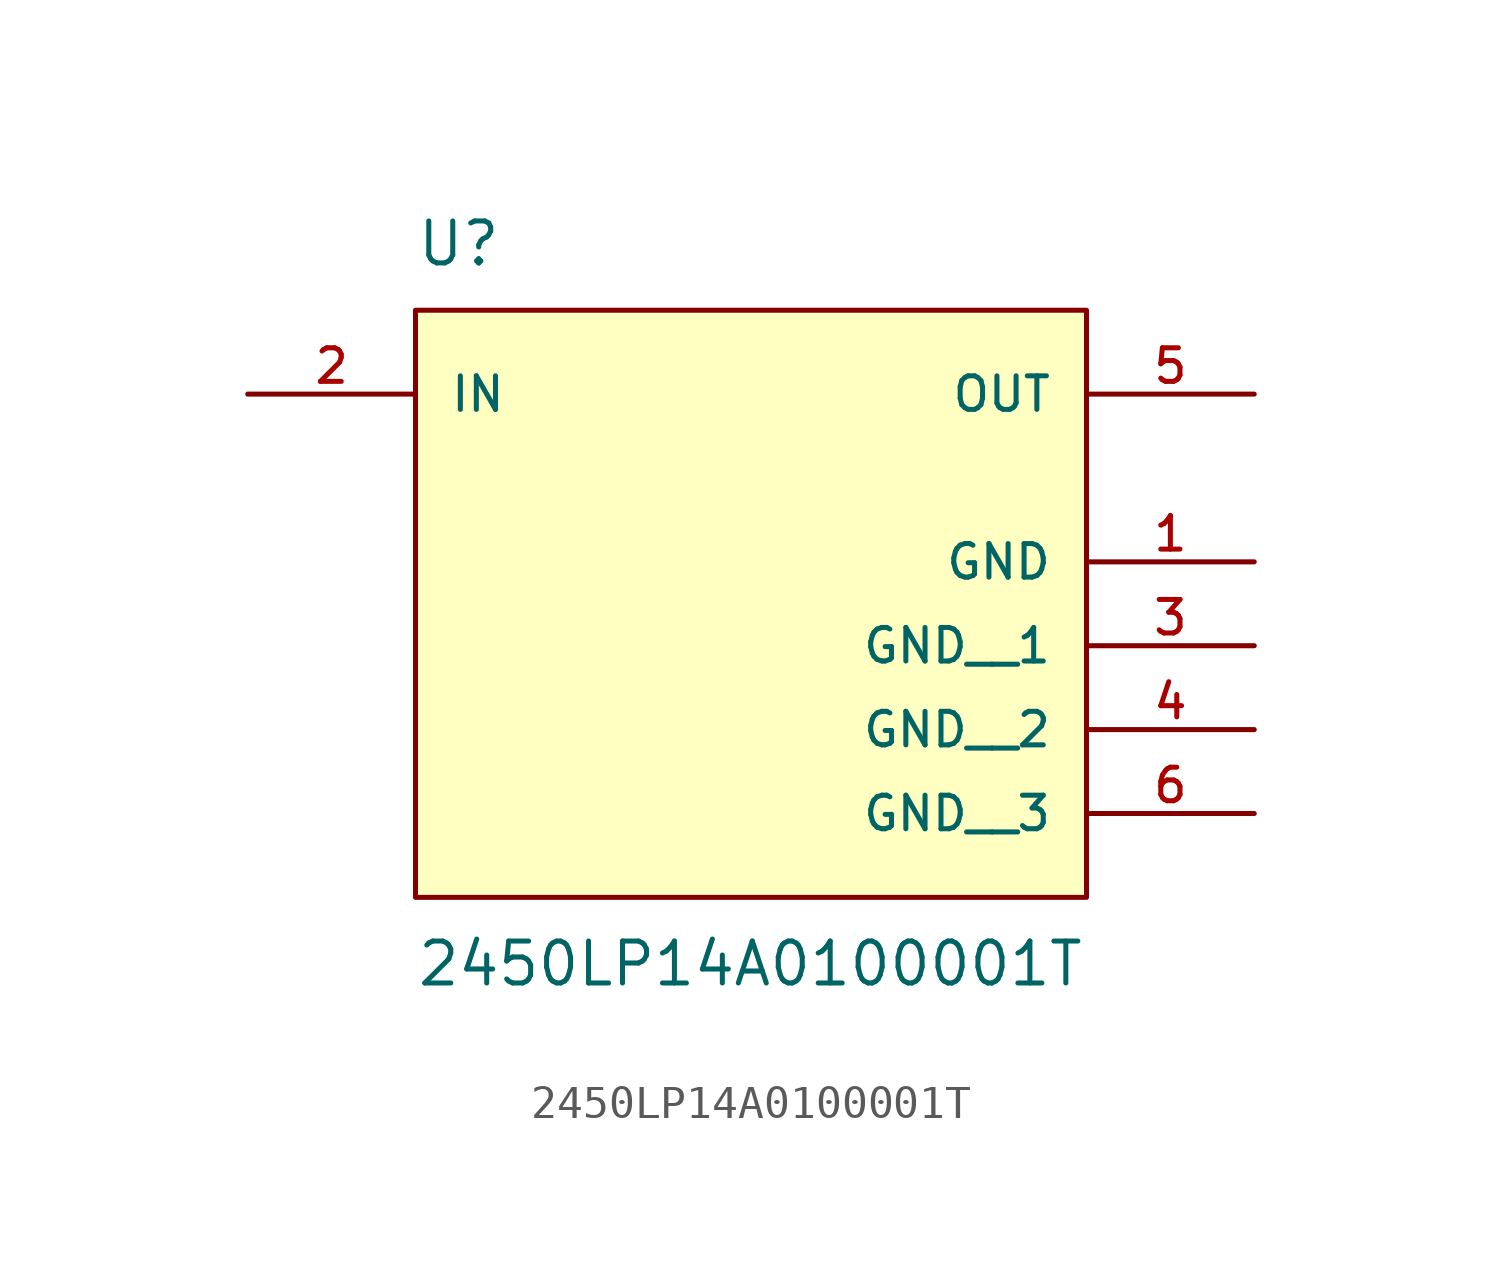
<source format=kicad_sym>
(kicad_symbol_lib
  (version 20211014)
  (generator kicad_symbol_editor)
  (symbol "2450LP14A0100001T"
    (pin_names
      (offset 1.016))
    (property "Reference" "U"
      (at -10.16 6.35 0)
      (effects (font (size 1.27 1.27)) (justify bottom left)))
    (property "Value" "2450LP14A0100001T"
      (at -10.16 -13.97 0.0)
      (effects (font (size 1.27 1.27)) (justify top left)))
    (symbol "2450LP14A0100001T_0_0"
      (rectangle (start -10.16 -12.7) (end 10.16 5.08) (stroke (width 0.152)) (fill (type background)))
      (pin input line (at -15.24 2.54 0) (length 5.08) (name "IN" (effects (font (size 1.016 1.016)))) (number "2" (effects (font (size 1.016 1.016)))))
      (pin output line (at 15.24 2.54 180.0) (length 5.08) (name "OUT" (effects (font (size 1.016 1.016)))) (number "5" (effects (font (size 1.016 1.016)))))
      (pin power_in line (at 15.24 -2.54 180.0) (length 5.08) (name "GND" (effects (font (size 1.016 1.016)))) (number "1" (effects (font (size 1.016 1.016)))))
      (pin power_in line (at 15.24 -5.08 180.0) (length 5.08) (name "GND__1" (effects (font (size 1.016 1.016)))) (number "3" (effects (font (size 1.016 1.016)))))
      (pin power_in line (at 15.24 -7.62 180.0) (length 5.08) (name "GND__2" (effects (font (size 1.016 1.016)))) (number "4" (effects (font (size 1.016 1.016)))))
      (pin power_in line (at 15.24 -10.16 180.0) (length 5.08) (name "GND__3" (effects (font (size 1.016 1.016)))) (number "6" (effects (font (size 1.016 1.016))))))))
</source>
